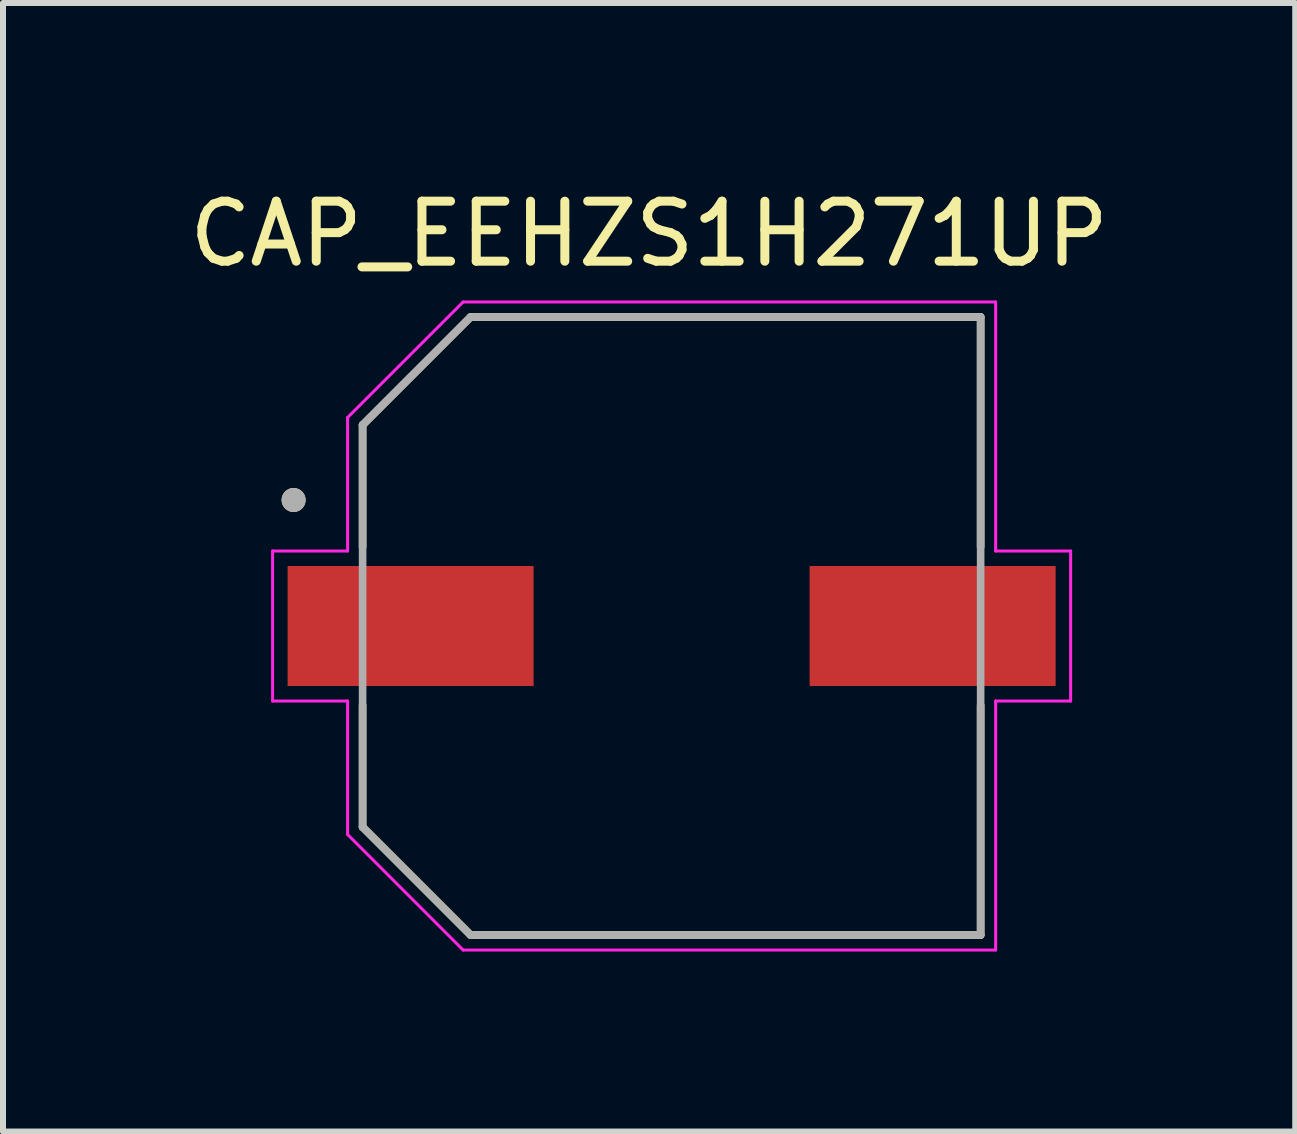
<source format=kicad_pcb>
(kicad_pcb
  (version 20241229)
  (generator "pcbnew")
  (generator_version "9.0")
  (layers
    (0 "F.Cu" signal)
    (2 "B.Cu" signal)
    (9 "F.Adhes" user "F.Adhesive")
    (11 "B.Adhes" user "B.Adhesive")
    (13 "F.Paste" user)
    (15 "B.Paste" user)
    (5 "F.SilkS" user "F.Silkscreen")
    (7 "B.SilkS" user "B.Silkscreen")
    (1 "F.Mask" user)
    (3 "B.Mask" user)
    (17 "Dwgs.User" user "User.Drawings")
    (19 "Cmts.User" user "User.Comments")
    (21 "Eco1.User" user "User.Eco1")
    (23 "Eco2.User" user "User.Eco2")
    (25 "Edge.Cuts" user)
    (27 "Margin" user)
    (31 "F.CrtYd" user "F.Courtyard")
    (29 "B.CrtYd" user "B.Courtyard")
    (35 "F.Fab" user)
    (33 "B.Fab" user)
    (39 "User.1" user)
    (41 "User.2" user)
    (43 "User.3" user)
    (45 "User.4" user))
  (footprint "CAP_EEHZS1H271UP"
    (layer "F.Cu")
    (at 8.143 7.383)
    (property "Reference" "CAP_EEHZS1H271UP" (at -0.375 -6.535 0) (layer "F.SilkS") (effects (font (size 1 1) (thickness 0.15))))
    (attr smd)
    (fp_line (start -5.15 -3.35) (end -5.15 -1.32) (stroke (width 0.127) (type solid)) (layer "F.SilkS"))
    (fp_line (start -5.15 1.32) (end -5.15 3.35) (stroke (width 0.127) (type solid)) (layer "F.SilkS"))
    (fp_line (start -5.15 3.35) (end -3.35 5.15) (stroke (width 0.127) (type solid)) (layer "F.SilkS"))
    (fp_line (start -3.35 -5.15) (end -5.15 -3.35) (stroke (width 0.127) (type solid)) (layer "F.SilkS"))
    (fp_line (start -3.35 5.15) (end 5.15 5.15) (stroke (width 0.127) (type solid)) (layer "F.SilkS"))
    (fp_line (start 5.15 -5.15) (end -3.35 -5.15) (stroke (width 0.127) (type solid)) (layer "F.SilkS"))
    (fp_line (start 5.15 -1.32) (end 5.15 -5.15) (stroke (width 0.127) (type solid)) (layer "F.SilkS"))
    (fp_line (start 5.15 5.15) (end 5.15 1.32) (stroke (width 0.127) (type solid)) (layer "F.SilkS"))
    (fp_circle (center -6.3 -2.1) (end -6.2 -2.1) (stroke (width 0.2) (type solid)) (fill no) (layer "F.SilkS"))
    (fp_line (start -6.65 -1.25) (end -5.4 -1.25) (stroke (width 0.05) (type solid)) (layer "F.CrtYd"))
    (fp_line (start -6.65 1.25) (end -6.65 -1.25) (stroke (width 0.05) (type solid)) (layer "F.CrtYd"))
    (fp_line (start -5.4 -3.475) (end -3.475 -5.4) (stroke (width 0.05) (type solid)) (layer "F.CrtYd"))
    (fp_line (start -5.4 -1.25) (end -5.4 -3.475) (stroke (width 0.05) (type solid)) (layer "F.CrtYd"))
    (fp_line (start -5.4 1.25) (end -6.65 1.25) (stroke (width 0.05) (type solid)) (layer "F.CrtYd"))
    (fp_line (start -5.4 3.475) (end -5.4 1.25) (stroke (width 0.05) (type solid)) (layer "F.CrtYd"))
    (fp_line (start -3.475 -5.4) (end 5.4 -5.4) (stroke (width 0.05) (type solid)) (layer "F.CrtYd"))
    (fp_line (start -3.475 5.4) (end -5.4 3.475) (stroke (width 0.05) (type solid)) (layer "F.CrtYd"))
    (fp_line (start 5.4 -5.4) (end 5.4 -1.25) (stroke (width 0.05) (type solid)) (layer "F.CrtYd"))
    (fp_line (start 5.4 -1.25) (end 6.65 -1.25) (stroke (width 0.05) (type solid)) (layer "F.CrtYd"))
    (fp_line (start 5.4 1.25) (end 5.4 5.4) (stroke (width 0.05) (type solid)) (layer "F.CrtYd"))
    (fp_line (start 5.4 5.4) (end -3.475 5.4) (stroke (width 0.05) (type solid)) (layer "F.CrtYd"))
    (fp_line (start 6.65 -1.25) (end 6.65 1.25) (stroke (width 0.05) (type solid)) (layer "F.CrtYd"))
    (fp_line (start 6.65 1.25) (end 5.4 1.25) (stroke (width 0.05) (type solid)) (layer "F.CrtYd"))
    (fp_line (start -5.15 -3.35) (end -5.15 3.35) (stroke (width 0.127) (type solid)) (layer "F.Fab"))
    (fp_line (start -5.15 3.35) (end -3.35 5.15) (stroke (width 0.127) (type solid)) (layer "F.Fab"))
    (fp_line (start -3.35 -5.15) (end -5.15 -3.35) (stroke (width 0.127) (type solid)) (layer "F.Fab"))
    (fp_line (start -3.35 5.15) (end 5.15 5.15) (stroke (width 0.127) (type solid)) (layer "F.Fab"))
    (fp_line (start 5.15 -5.15) (end -3.35 -5.15) (stroke (width 0.127) (type solid)) (layer "F.Fab"))
    (fp_line (start 5.15 5.15) (end 5.15 -5.15) (stroke (width 0.127) (type solid)) (layer "F.Fab"))
    (fp_circle (center -6.3 -2.1) (end -6.2 -2.1) (stroke (width 0.2) (type solid)) (fill no) (layer "F.Fab"))
    (pad "1" smd rect (at -4.35 0) (size 4.1 2) (layers "F.Cu" "F.Mask" "F.Paste"))
    (pad "2" smd rect (at 4.35 0) (size 4.1 2) (layers "F.Cu" "F.Mask" "F.Paste")))
  (gr_rect
    (start -3 -3)
    (end 18.536 15.808)
    (stroke (width 0.1) (type default))
    (fill no)
    (layer "Edge.Cuts")))
</source>
